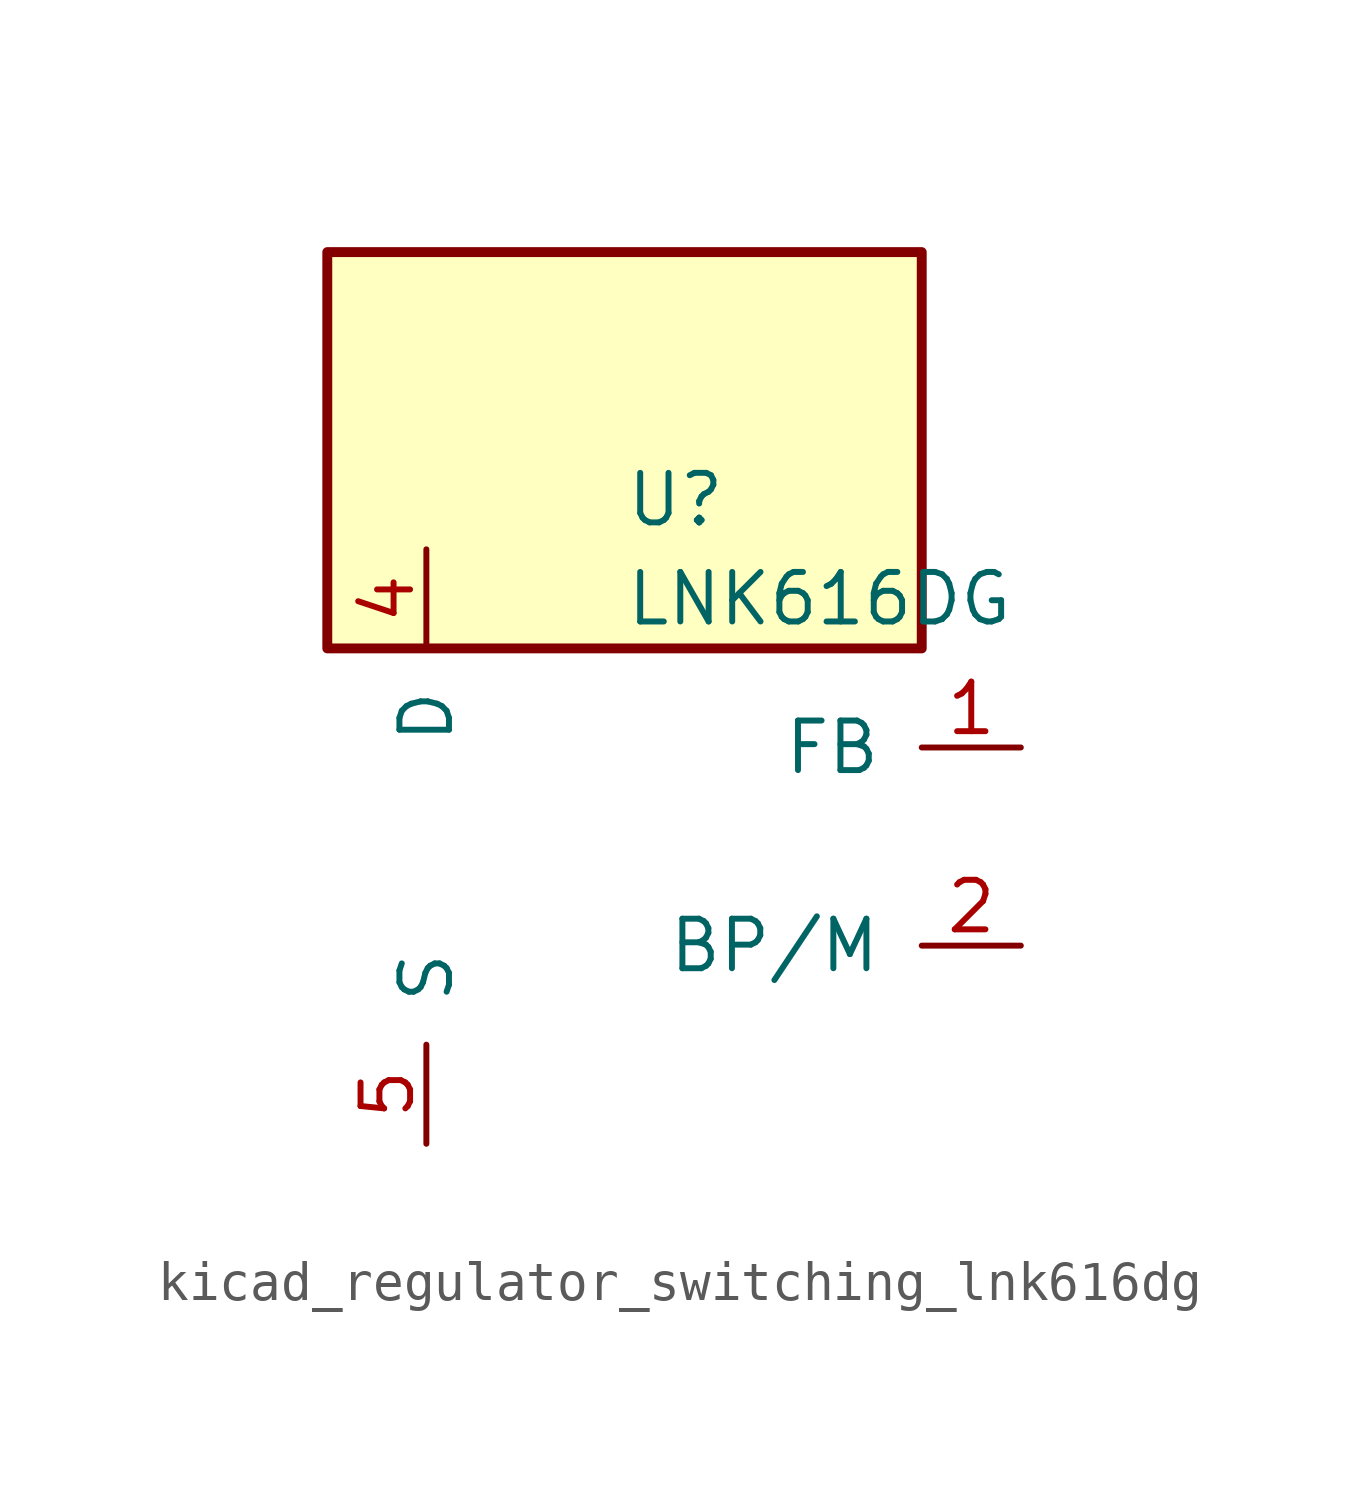
<source format=kicad_sym>
(kicad_symbol_lib
  (version 20220914)
  (generator kicad_symbol_editor)
  (symbol "kicad_regulator_switching_lnk616dg"
    (pin_names
      (offset 1.016))
    (property "Reference" "U"
      (at 0 8.89 0)
      (effects (font (size 1.27 1.27)) (justify left)))
    (property "Value" "LNK616DG"
      (at 0 6.35 0)
      (effects (font (size 1.27 1.27)) (justify left)))
    (symbol "kicad_regulator_switching_lnk616dg_0_1"
      (rectangle (start 7.62 15.24) (end -7.62 5.08) (stroke (width 0.254) (type default)) (fill (type background))))
    (symbol "kicad_regulator_switching_lnk616dg_1_1"
      (pin input line (at 10.16 2.54 180) (length 2.54) (name "FB" (effects (font (size 1.27 1.27)))) (number "1" (effects (font (size 1.27 1.27)))))
      (pin input line (at 10.16 -2.54 180) (length 2.54) (name "BP/M" (effects (font (size 1.27 1.27)))) (number "2" (effects (font (size 1.27 1.27)))))
      (pin open_collector line (at -5.08 7.62 270) (length 2.54) (name "D" (effects (font (size 1.27 1.27)))) (number "4" (effects (font (size 1.27 1.27)))))
      (pin power_in line (at -5.08 -7.62 90) (length 2.54) (name "S" (effects (font (size 1.27 1.27)))) (number "5" (effects (font (size 1.27 1.27)))))
      (pin passive line (at -5.08 -7.62 90) (length 2.54) hide (name "S" (effects (font (size 1.27 1.27)))) (number "6" (effects (font (size 1.27 1.27)))))
      (pin passive line (at -5.08 -7.62 90) (length 2.54) hide (name "S" (effects (font (size 1.27 1.27)))) (number "7" (effects (font (size 1.27 1.27)))))
      (pin passive line (at -5.08 -7.62 90) (length 2.54) hide (name "S" (effects (font (size 1.27 1.27)))) (number "8" (effects (font (size 1.27 1.27))))))))
</source>
